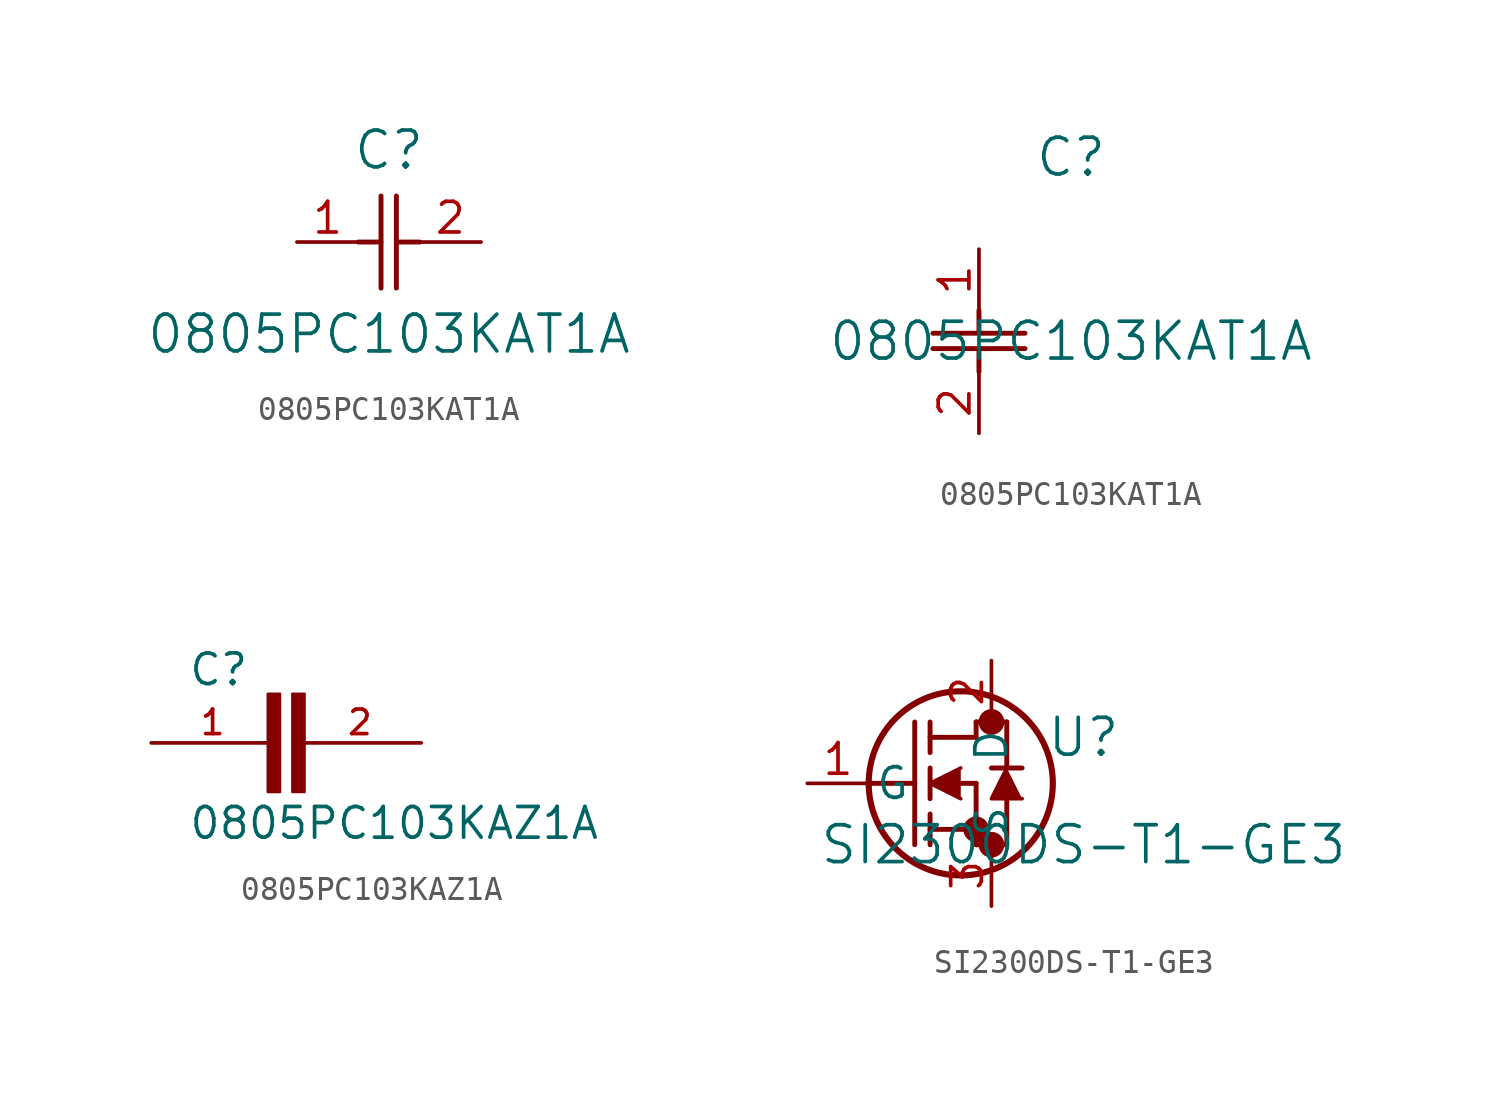
<source format=kicad_sym>
(kicad_symbol_lib
  (version 20241209)
  (generator "kicad_symbol_editor")
  (generator_version "9.0")
  (symbol "0805PC103KAT1A"
    (pin_names
      (offset 0.254))
    (property "Reference" "C"
      (at 3.81 3.81 0)
      (effects (font (size 1.524 1.524))))
    (property "Value" "0805PC103KAT1A"
      (at 3.81 -3.81 0)
      (effects (font (size 1.524 1.524))))
    (property "ki_locked" ""
      (at 0 0 0)
      (effects (font (size 1.27 1.27))))
    (symbol "0805PC103KAT1A_1_1"
      (polyline (pts (xy 2.54 0) (xy 3.48 0)) (stroke (width 0.203) (type default)) (fill (type none)))
      (polyline (pts (xy 3.48 -1.905) (xy 3.48 1.905)) (stroke (width 0.203) (type default)) (fill (type none)))
      (polyline (pts (xy 4.115 0) (xy 5.08 0)) (stroke (width 0.203) (type default)) (fill (type none)))
      (polyline (pts (xy 4.115 -1.905) (xy 4.115 1.905)) (stroke (width 0.203) (type default)) (fill (type none)))
      (pin unspecified line (at 0 0 0) (length 2.54) (name "" (effects (font (size 1.27 1.27)))) (number "1" (effects (font (size 1.27 1.27)))))
      (pin unspecified line (at 7.62 0 180) (length 2.54) (name "" (effects (font (size 1.27 1.27)))) (number "2" (effects (font (size 1.27 1.27))))))
    (symbol "0805PC103KAT1A_1_2"
      (polyline (pts (xy -1.905 -3.48) (xy 1.905 -3.48)) (stroke (width 0.203) (type default)) (fill (type none)))
      (polyline (pts (xy -1.905 -4.115) (xy 1.905 -4.115)) (stroke (width 0.203) (type default)) (fill (type none)))
      (polyline (pts (xy 0 -2.54) (xy 0 -3.48)) (stroke (width 0.203) (type default)) (fill (type none)))
      (polyline (pts (xy 0 -4.115) (xy 0 -5.08)) (stroke (width 0.203) (type default)) (fill (type none)))
      (pin unspecified line (at 0 0 270) (length 2.54) (name "" (effects (font (size 1.27 1.27)))) (number "1" (effects (font (size 1.27 1.27)))))
      (pin unspecified line (at 0 -7.62 90) (length 2.54) (name "" (effects (font (size 1.27 1.27)))) (number "2" (effects (font (size 1.27 1.27)))))))
  (symbol "0805PC103KAZ1A"
    (pin_names
      (offset 1.016))
    (property "Reference" "C"
      (at -4.075 2.292 0)
      (effects (font (size 1.27 1.27)) (justify left bottom)))
    (property "Value" "0805PC103KAZ1A"
      (at -4.066 -4.066 0)
      (effects (font (size 1.27 1.27)) (justify left bottom)))
    (symbol "0805PC103KAZ1A_0_0"
      (rectangle (start -0.765 -2.035) (end -0.257 2.035) (stroke (width 0.1) (type default)) (fill (type outline)))
      (rectangle (start 0.252 -2.034) (end 0.761 2.033) (stroke (width 0.1) (type default)) (fill (type outline)))
      (pin passive line (at -5.588 0 0) (length 5.08) (name "~" (effects (font (size 1.016 1.016)))) (number "1" (effects (font (size 1.016 1.016)))))
      (pin passive line (at 5.588 0 180) (length 5.08) (name "~" (effects (font (size 1.016 1.016)))) (number "2" (effects (font (size 1.016 1.016)))))))
  (symbol "SI2300DS-T1-GE3"
    (pin_names
      (offset 0.254))
    (property "Reference" "U"
      (at 11.43 1.905 0)
      (effects (font (size 1.524 1.524))))
    (property "Value" "SI2300DS-T1-GE3"
      (at 11.43 -2.54 0)
      (effects (font (size 1.524 1.524))))
    (property "ki_locked" ""
      (at 0 0 0)
      (effects (font (size 1.27 1.27))))
    (symbol "SI2300DS-T1-GE3_0_1"
      (polyline (pts (xy 2.54 0) (xy 4.445 0)) (stroke (width 0.203) (type default)) (fill (type none)))
      (polyline (pts (xy 4.445 -2.54) (xy 4.445 2.54)) (stroke (width 0.203) (type default)) (fill (type none)))
      (polyline (pts (xy 5.08 1.905) (xy 6.985 1.905)) (stroke (width 0.203) (type default)) (fill (type none)))
      (polyline (pts (xy 5.08 1.27) (xy 5.08 2.54)) (stroke (width 0.203) (type default)) (fill (type none)))
      (polyline (pts (xy 5.08 -0.635) (xy 5.08 0.635)) (stroke (width 0.203) (type default)) (fill (type none)))
      (polyline (pts (xy 5.08 -1.905) (xy 6.985 -1.905)) (stroke (width 0.203) (type default)) (fill (type none)))
      (polyline (pts (xy 5.08 -2.54) (xy 5.08 -1.27)) (stroke (width 0.203) (type default)) (fill (type none)))
      (polyline (pts (xy 6.35 0.635) (xy 5.08 0) (xy 6.35 -0.635)) (stroke (width 0) (type default)) (fill (type outline)))
      (polyline (pts (xy 6.35 0) (xy 6.985 0)) (stroke (width 0.203) (type default)) (fill (type none)))
      (circle (center 6.35 0) (radius 3.81) (stroke (width 0.254) (type default)) (fill (type none)))
      (polyline (pts (xy 6.985 2.54) (xy 8.255 2.54)) (stroke (width 0.203) (type default)) (fill (type none)))
      (polyline (pts (xy 6.985 1.905) (xy 6.985 2.54)) (stroke (width 0.203) (type default)) (fill (type none)))
      (circle (center 6.985 -1.905) (radius 0.025) (stroke (width 0.508) (type default)) (fill (type none)))
      (polyline (pts (xy 6.985 -2.54) (xy 6.985 0)) (stroke (width 0.203) (type default)) (fill (type none)))
      (polyline (pts (xy 6.985 -2.54) (xy 8.255 -2.54)) (stroke (width 0.203) (type default)) (fill (type none)))
      (circle (center 7.62 2.54) (radius 0.025) (stroke (width 0.508) (type default)) (fill (type none)))
      (circle (center 7.62 -2.54) (radius 0.025) (stroke (width 0.508) (type default)) (fill (type none)))
      (polyline (pts (xy 8.255 0.635) (xy 8.255 2.54)) (stroke (width 0.203) (type default)) (fill (type none)))
      (polyline (pts (xy 8.255 -2.54) (xy 8.255 -0.635)) (stroke (width 0.203) (type default)) (fill (type none)))
      (polyline (pts (xy 8.89 0.635) (xy 7.62 0.635)) (stroke (width 0.203) (type default)) (fill (type none)))
      (polyline (pts (xy 8.89 -0.635) (xy 7.62 -0.635) (xy 8.255 0.635)) (stroke (width 0) (type default)) (fill (type outline)))
      (pin unspecified line (at 0 0 0) (length 2.54) (name "G" (effects (font (size 1.27 1.27)))) (number "1" (effects (font (size 1.27 1.27)))))
      (pin unspecified line (at 7.62 5.08 270) (length 2.54) (name "D" (effects (font (size 1.27 1.27)))) (number "2" (effects (font (size 1.27 1.27)))))
      (pin unspecified line (at 7.62 -5.08 90) (length 2.54) (name "S" (effects (font (size 1.27 1.27)))) (number "3" (effects (font (size 1.27 1.27))))))))
</source>
